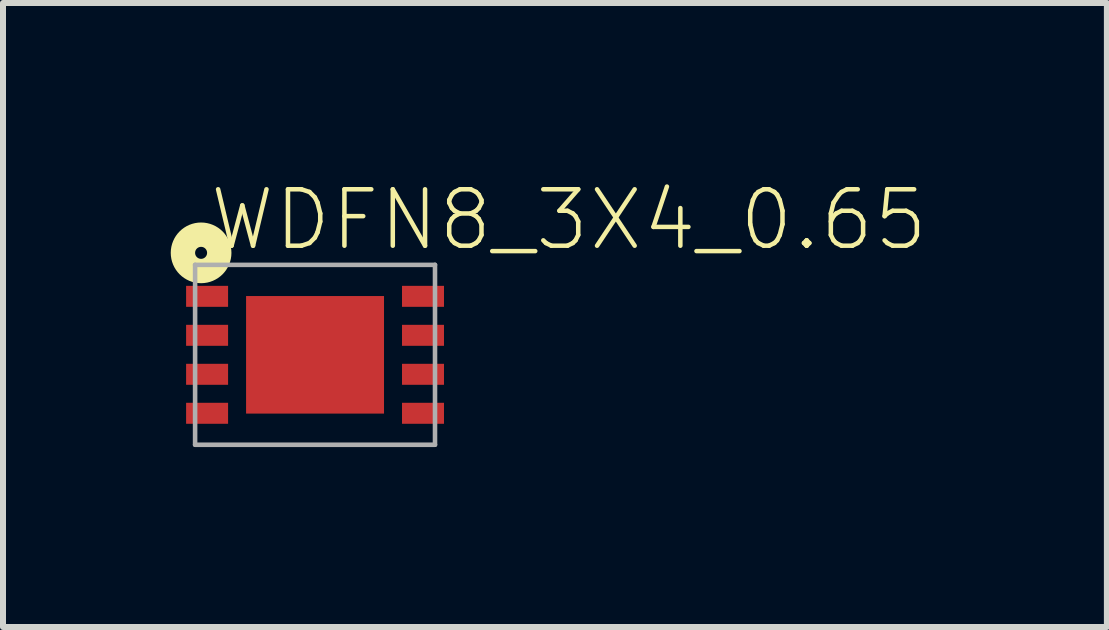
<source format=kicad_pcb>
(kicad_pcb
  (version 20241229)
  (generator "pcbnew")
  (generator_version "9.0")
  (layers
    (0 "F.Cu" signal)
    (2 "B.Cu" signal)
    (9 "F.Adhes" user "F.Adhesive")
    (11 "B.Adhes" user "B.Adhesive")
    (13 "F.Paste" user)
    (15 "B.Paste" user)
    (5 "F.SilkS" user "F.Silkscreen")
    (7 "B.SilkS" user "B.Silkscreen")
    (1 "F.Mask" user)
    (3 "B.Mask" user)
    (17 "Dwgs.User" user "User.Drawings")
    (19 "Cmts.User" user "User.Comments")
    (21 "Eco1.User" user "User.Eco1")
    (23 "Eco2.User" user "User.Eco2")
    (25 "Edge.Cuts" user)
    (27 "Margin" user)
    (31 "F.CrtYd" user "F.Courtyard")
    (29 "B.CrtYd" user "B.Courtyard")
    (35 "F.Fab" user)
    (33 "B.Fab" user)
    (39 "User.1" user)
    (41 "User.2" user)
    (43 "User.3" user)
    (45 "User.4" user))
  (footprint "WDFN8_3X4_0.65"
    (layer "F.Cu")
    (at 2.203 2.866)
    (property "Reference" "WDFN8_3X4_0.65" (at -1.8 -1.7 0) (unlocked yes) (layer "F.SilkS") (effects (font (size 0.941 0.941) (thickness 0.075)) (justify left bottom)))
    (fp_circle (center -1.9 -1.7) (end -1.8 -1.7) (stroke (width 0.406) (type solid)) (fill no) (layer "F.SilkS"))
    (fp_poly (pts (xy -1 -0.2) (xy -0.2 -0.2) (xy -0.2 -0.8) (xy -1 -0.8)) (stroke (width 0) (type default)) (fill yes) (layer "F.Paste"))
    (fp_poly (pts (xy -1 0.9) (xy -0.2 0.9) (xy -0.2 0.3) (xy -1 0.3)) (stroke (width 0) (type default)) (fill yes) (layer "F.Paste"))
    (fp_poly (pts (xy 0.2 -0.2) (xy 1 -0.2) (xy 1 -0.8) (xy 0.2 -0.8)) (stroke (width 0) (type default)) (fill yes) (layer "F.Paste"))
    (fp_poly (pts (xy 0.2 0.9) (xy 1 0.9) (xy 1 0.3) (xy 0.2 0.3)) (stroke (width 0) (type default)) (fill yes) (layer "F.Paste"))
    (fp_line (start -2 -1.5) (end 2 -1.5) (stroke (width 0.076) (type solid)) (layer "F.Fab"))
    (fp_line (start -2 1.5) (end -2 -1.5) (stroke (width 0.076) (type solid)) (layer "F.Fab"))
    (fp_line (start 2 -1.5) (end 2 1.5) (stroke (width 0.076) (type solid)) (layer "F.Fab"))
    (fp_line (start 2 1.5) (end -2 1.5) (stroke (width 0.076) (type solid)) (layer "F.Fab"))
    (pad "1" smd rect (at -1.8 -0.975) (size 0.7 0.35) (layers "F.Cu" "F.Mask" "F.Paste"))
    (pad "2" smd rect (at -1.8 -0.325) (size 0.7 0.35) (layers "F.Cu" "F.Mask" "F.Paste"))
    (pad "3" smd rect (at -1.8 0.325) (size 0.7 0.35) (layers "F.Cu" "F.Mask" "F.Paste"))
    (pad "4" smd rect (at -1.8 0.975) (size 0.7 0.35) (layers "F.Cu" "F.Mask" "F.Paste"))
    (pad "5" smd rect (at 1.8 0.975) (size 0.7 0.35) (layers "F.Cu" "F.Mask" "F.Paste"))
    (pad "6" smd rect (at 1.8 0.325) (size 0.7 0.35) (layers "F.Cu" "F.Mask" "F.Paste"))
    (pad "7" smd rect (at 1.8 -0.325) (size 0.7 0.35) (layers "F.Cu" "F.Mask" "F.Paste"))
    (pad "8" smd rect (at 1.8 -0.975) (size 0.7 0.35) (layers "F.Cu" "F.Mask" "F.Paste"))
    (pad "P$9" smd rect (at 0 0 90) (size 1.96 2.3) (layers "F.Cu" "F.Mask")))
  (gr_rect
    (start -3 -3)
    (end 15.406 7.404)
    (stroke (width 0.1) (type default))
    (fill no)
    (layer "Edge.Cuts")))
</source>
